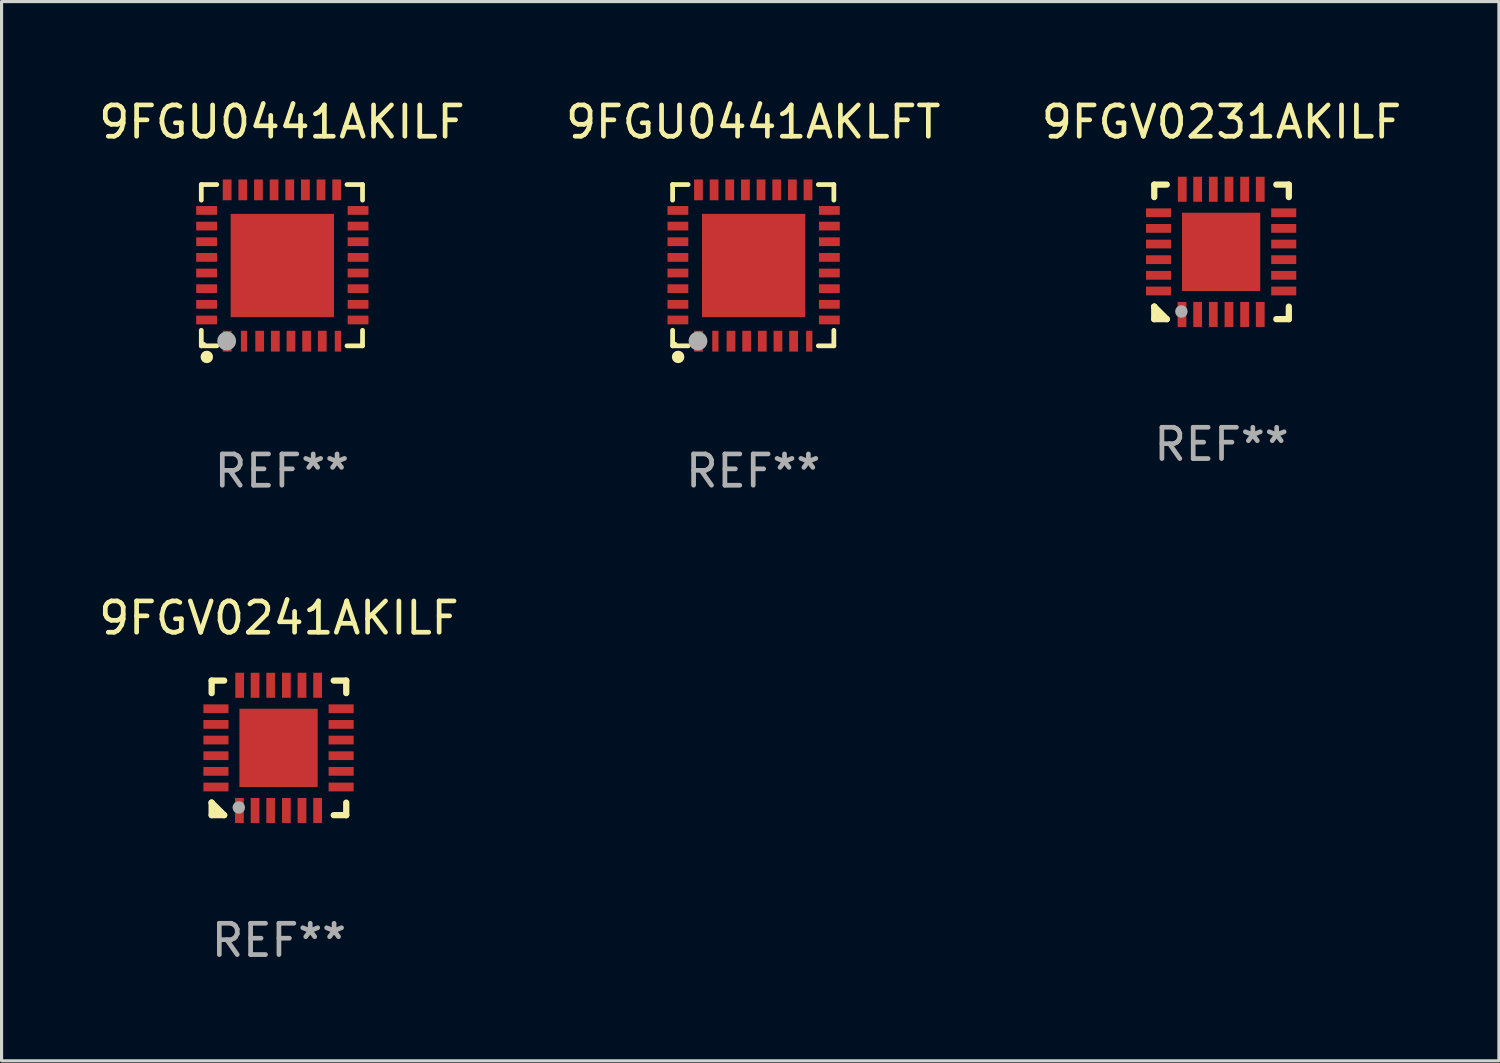
<source format=kicad_pcb>
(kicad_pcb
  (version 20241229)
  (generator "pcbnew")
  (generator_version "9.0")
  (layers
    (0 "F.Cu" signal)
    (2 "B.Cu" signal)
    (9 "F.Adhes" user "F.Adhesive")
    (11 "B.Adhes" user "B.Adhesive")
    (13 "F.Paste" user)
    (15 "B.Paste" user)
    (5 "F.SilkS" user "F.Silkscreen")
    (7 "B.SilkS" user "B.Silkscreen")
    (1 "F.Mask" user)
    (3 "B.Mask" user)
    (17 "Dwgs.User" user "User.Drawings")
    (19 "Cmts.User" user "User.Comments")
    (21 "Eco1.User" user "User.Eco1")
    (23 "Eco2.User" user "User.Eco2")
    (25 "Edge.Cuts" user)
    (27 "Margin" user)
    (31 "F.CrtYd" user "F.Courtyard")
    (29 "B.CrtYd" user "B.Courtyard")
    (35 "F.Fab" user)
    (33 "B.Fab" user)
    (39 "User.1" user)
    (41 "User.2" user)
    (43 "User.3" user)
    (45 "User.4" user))
  (footprint "9FGV0241AKILF"
    (layer "F.Cu")
    (at 5.863 20.847)
    (property "Reference" "9FGV0241AKILF" (at 0 -4.15 0) (layer "F.SilkS") (effects (font (size 1 1) (thickness 0.15))))
    (attr through_hole)
    (fp_line (start -2.15 -2.15) (end -1.75 -2.15) (stroke (width 0.2) (type solid)) (layer "F.SilkS"))
    (fp_line (start -2.15 -1.75) (end -2.15 -2.15) (stroke (width 0.2) (type solid)) (layer "F.SilkS"))
    (fp_line (start -2.15 1.75) (end -2.15 1.75) (stroke (width 0.2) (type solid)) (layer "F.SilkS"))
    (fp_line (start -2.15 1.75) (end -1.75 2.15) (stroke (width 0.2) (type solid)) (layer "F.SilkS"))
    (fp_line (start -2.15 2.15) (end -2.15 1.75) (stroke (width 0.2) (type solid)) (layer "F.SilkS"))
    (fp_line (start -1.75 2.15) (end -2.15 2.15) (stroke (width 0.2) (type solid)) (layer "F.SilkS"))
    (fp_line (start 2.15 -2.15) (end 1.75 -2.15) (stroke (width 0.2) (type solid)) (layer "F.SilkS"))
    (fp_line (start 2.15 -1.75) (end 2.15 -2.15) (stroke (width 0.2) (type solid)) (layer "F.SilkS"))
    (fp_line (start 2.15 1.75) (end 2.15 2.15) (stroke (width 0.2) (type solid)) (layer "F.SilkS"))
    (fp_line (start 2.15 2.15) (end 1.75 2.15) (stroke (width 0.2) (type solid)) (layer "F.SilkS"))
    (fp_circle (center -2.013 2) (end -1.983 2) (stroke (width 0.06) (type solid)) (fill no) (layer "F.SilkS"))
    (fp_circle (center -1.283 1.905) (end -1.183 1.905) (stroke (width 0.2) (type solid)) (fill no) (layer "F.Fab"))
    (fp_text user "REF**" (at 0 6.15 0) (layer "F.Fab") (effects (font (size 1 1) (thickness 0.15))))
    (pad "1" smd rect (at -1.263 2 180) (size 0.28 0.8) (layers "F.Cu" "F.Mask" "F.Paste"))
    (pad "2" smd rect (at -0.763 2 180) (size 0.28 0.8) (layers "F.Cu" "F.Mask" "F.Paste"))
    (pad "3" smd rect (at -0.263 2 180) (size 0.28 0.8) (layers "F.Cu" "F.Mask" "F.Paste"))
    (pad "4" smd rect (at 0.237 2 180) (size 0.28 0.8) (layers "F.Cu" "F.Mask" "F.Paste"))
    (pad "5" smd rect (at 0.737 2 180) (size 0.28 0.8) (layers "F.Cu" "F.Mask" "F.Paste"))
    (pad "6" smd rect (at 1.237 2 180) (size 0.28 0.8) (layers "F.Cu" "F.Mask" "F.Paste"))
    (pad "7" smd rect (at 1.987 1.25 90) (size 0.28 0.8) (layers "F.Cu" "F.Mask" "F.Paste"))
    (pad "8" smd rect (at 1.987 0.75 90) (size 0.28 0.8) (layers "F.Cu" "F.Mask" "F.Paste"))
    (pad "9" smd rect (at 1.987 0.25 90) (size 0.28 0.8) (layers "F.Cu" "F.Mask" "F.Paste"))
    (pad "10" smd rect (at 1.987 -0.25 90) (size 0.28 0.8) (layers "F.Cu" "F.Mask" "F.Paste"))
    (pad "11" smd rect (at 1.987 -0.75 90) (size 0.28 0.8) (layers "F.Cu" "F.Mask" "F.Paste"))
    (pad "12" smd rect (at 1.987 -1.25 90) (size 0.28 0.8) (layers "F.Cu" "F.Mask" "F.Paste"))
    (pad "13" smd rect (at 1.237 -2 180) (size 0.28 0.8) (layers "F.Cu" "F.Mask" "F.Paste"))
    (pad "14" smd rect (at 0.737 -2 180) (size 0.28 0.8) (layers "F.Cu" "F.Mask" "F.Paste"))
    (pad "15" smd rect (at 0.237 -2 180) (size 0.28 0.8) (layers "F.Cu" "F.Mask" "F.Paste"))
    (pad "16" smd rect (at -0.263 -2 180) (size 0.28 0.8) (layers "F.Cu" "F.Mask" "F.Paste"))
    (pad "17" smd rect (at -0.763 -2 180) (size 0.28 0.8) (layers "F.Cu" "F.Mask" "F.Paste"))
    (pad "18" smd rect (at -1.255 -2 180) (size 0.28 0.8) (layers "F.Cu" "F.Mask" "F.Paste"))
    (pad "19" smd rect (at -2.013 -1.25 90) (size 0.28 0.8) (layers "F.Cu" "F.Mask" "F.Paste"))
    (pad "20" smd rect (at -2.013 -0.75 90) (size 0.28 0.8) (layers "F.Cu" "F.Mask" "F.Paste"))
    (pad "21" smd rect (at -2.013 -0.25 90) (size 0.28 0.8) (layers "F.Cu" "F.Mask" "F.Paste"))
    (pad "22" smd rect (at -2.013 0.25 90) (size 0.28 0.8) (layers "F.Cu" "F.Mask" "F.Paste"))
    (pad "23" smd rect (at -2.013 0.75 90) (size 0.28 0.8) (layers "F.Cu" "F.Mask" "F.Paste"))
    (pad "24" smd rect (at -2.013 1.25 90) (size 0.28 0.8) (layers "F.Cu" "F.Mask" "F.Paste"))
    (pad "25" smd rect (at -0.013 0 90) (size 2.5 2.5) (layers "F.Cu" "F.Mask" "F.Paste")))
  (footprint "9FGV0231AKILF"
    (layer "F.Cu")
    (at 35.982 4.998)
    (property "Reference" "9FGV0231AKILF" (at 0 -4.15 0) (layer "F.SilkS") (effects (font (size 1 1) (thickness 0.15))))
    (attr through_hole)
    (fp_line (start -2.15 -2.15) (end -1.75 -2.15) (stroke (width 0.2) (type solid)) (layer "F.SilkS"))
    (fp_line (start -2.15 -1.75) (end -2.15 -2.15) (stroke (width 0.2) (type solid)) (layer "F.SilkS"))
    (fp_line (start -2.15 1.75) (end -2.15 1.75) (stroke (width 0.2) (type solid)) (layer "F.SilkS"))
    (fp_line (start -2.15 1.75) (end -1.75 2.15) (stroke (width 0.2) (type solid)) (layer "F.SilkS"))
    (fp_line (start -2.15 2.15) (end -2.15 1.75) (stroke (width 0.2) (type solid)) (layer "F.SilkS"))
    (fp_line (start -1.75 2.15) (end -2.15 2.15) (stroke (width 0.2) (type solid)) (layer "F.SilkS"))
    (fp_line (start 2.15 -2.15) (end 1.75 -2.15) (stroke (width 0.2) (type solid)) (layer "F.SilkS"))
    (fp_line (start 2.15 -1.75) (end 2.15 -2.15) (stroke (width 0.2) (type solid)) (layer "F.SilkS"))
    (fp_line (start 2.15 1.75) (end 2.15 2.15) (stroke (width 0.2) (type solid)) (layer "F.SilkS"))
    (fp_line (start 2.15 2.15) (end 1.75 2.15) (stroke (width 0.2) (type solid)) (layer "F.SilkS"))
    (fp_circle (center -2.013 2) (end -1.983 2) (stroke (width 0.06) (type solid)) (fill no) (layer "F.SilkS"))
    (fp_circle (center -1.283 1.905) (end -1.183 1.905) (stroke (width 0.2) (type solid)) (fill no) (layer "F.Fab"))
    (fp_text user "REF**" (at 0 6.15 0) (layer "F.Fab") (effects (font (size 1 1) (thickness 0.15))))
    (pad "1" smd rect (at -1.263 2 180) (size 0.28 0.8) (layers "F.Cu" "F.Mask" "F.Paste"))
    (pad "2" smd rect (at -0.763 2 180) (size 0.28 0.8) (layers "F.Cu" "F.Mask" "F.Paste"))
    (pad "3" smd rect (at -0.263 2 180) (size 0.28 0.8) (layers "F.Cu" "F.Mask" "F.Paste"))
    (pad "4" smd rect (at 0.237 2 180) (size 0.28 0.8) (layers "F.Cu" "F.Mask" "F.Paste"))
    (pad "5" smd rect (at 0.737 2 180) (size 0.28 0.8) (layers "F.Cu" "F.Mask" "F.Paste"))
    (pad "6" smd rect (at 1.237 2 180) (size 0.28 0.8) (layers "F.Cu" "F.Mask" "F.Paste"))
    (pad "7" smd rect (at 1.987 1.25 90) (size 0.28 0.8) (layers "F.Cu" "F.Mask" "F.Paste"))
    (pad "8" smd rect (at 1.987 0.75 90) (size 0.28 0.8) (layers "F.Cu" "F.Mask" "F.Paste"))
    (pad "9" smd rect (at 1.987 0.25 90) (size 0.28 0.8) (layers "F.Cu" "F.Mask" "F.Paste"))
    (pad "10" smd rect (at 1.987 -0.25 90) (size 0.28 0.8) (layers "F.Cu" "F.Mask" "F.Paste"))
    (pad "11" smd rect (at 1.987 -0.75 90) (size 0.28 0.8) (layers "F.Cu" "F.Mask" "F.Paste"))
    (pad "12" smd rect (at 1.987 -1.25 90) (size 0.28 0.8) (layers "F.Cu" "F.Mask" "F.Paste"))
    (pad "13" smd rect (at 1.237 -2 180) (size 0.28 0.8) (layers "F.Cu" "F.Mask" "F.Paste"))
    (pad "14" smd rect (at 0.737 -2 180) (size 0.28 0.8) (layers "F.Cu" "F.Mask" "F.Paste"))
    (pad "15" smd rect (at 0.237 -2 180) (size 0.28 0.8) (layers "F.Cu" "F.Mask" "F.Paste"))
    (pad "16" smd rect (at -0.263 -2 180) (size 0.28 0.8) (layers "F.Cu" "F.Mask" "F.Paste"))
    (pad "17" smd rect (at -0.763 -2 180) (size 0.28 0.8) (layers "F.Cu" "F.Mask" "F.Paste"))
    (pad "18" smd rect (at -1.255 -2 180) (size 0.28 0.8) (layers "F.Cu" "F.Mask" "F.Paste"))
    (pad "19" smd rect (at -2.013 -1.25 90) (size 0.28 0.8) (layers "F.Cu" "F.Mask" "F.Paste"))
    (pad "20" smd rect (at -2.013 -0.75 90) (size 0.28 0.8) (layers "F.Cu" "F.Mask" "F.Paste"))
    (pad "21" smd rect (at -2.013 -0.25 90) (size 0.28 0.8) (layers "F.Cu" "F.Mask" "F.Paste"))
    (pad "22" smd rect (at -2.013 0.25 90) (size 0.28 0.8) (layers "F.Cu" "F.Mask" "F.Paste"))
    (pad "23" smd rect (at -2.013 0.75 90) (size 0.28 0.8) (layers "F.Cu" "F.Mask" "F.Paste"))
    (pad "24" smd rect (at -2.013 1.25 90) (size 0.28 0.8) (layers "F.Cu" "F.Mask" "F.Paste"))
    (pad "25" smd rect (at -0.013 0 90) (size 2.5 2.5) (layers "F.Cu" "F.Mask" "F.Paste")))
  (footprint "9FGU0441AKLFT"
    (layer "F.Cu")
    (at 21.018 5.424)
    (property "Reference" "9FGU0441AKLFT" (at 0 -4.576 0) (layer "F.SilkS") (effects (font (size 1 1) (thickness 0.15))))
    (attr through_hole)
    (fp_line (start -2.576 -2.576) (end -2.576 -2.08) (stroke (width 0.152) (type solid)) (layer "F.SilkS"))
    (fp_line (start -2.576 2.576) (end -2.576 2.08) (stroke (width 0.152) (type solid)) (layer "F.SilkS"))
    (fp_line (start -2.08 -2.576) (end -2.576 -2.576) (stroke (width 0.152) (type solid)) (layer "F.SilkS"))
    (fp_line (start -2.08 2.576) (end -2.576 2.576) (stroke (width 0.152) (type solid)) (layer "F.SilkS"))
    (fp_line (start 2.08 -2.576) (end 2.576 -2.576) (stroke (width 0.152) (type solid)) (layer "F.SilkS"))
    (fp_line (start 2.08 2.576) (end 2.576 2.576) (stroke (width 0.152) (type solid)) (layer "F.SilkS"))
    (fp_line (start 2.576 -2.576) (end 2.576 -2.08) (stroke (width 0.152) (type solid)) (layer "F.SilkS"))
    (fp_line (start 2.576 2.576) (end 2.576 2.08) (stroke (width 0.152) (type solid)) (layer "F.SilkS"))
    (fp_circle (center -2.487 2.51) (end -2.457 2.51) (stroke (width 0.06) (type solid)) (fill no) (layer "F.SilkS"))
    (fp_circle (center -2.4 2.931) (end -2.3 2.931) (stroke (width 0.2) (type solid)) (fill no) (layer "F.SilkS"))
    (fp_circle (center -1.765 2.423) (end -1.615 2.423) (stroke (width 0.3) (type solid)) (fill no) (layer "F.Fab"))
    (fp_text user "REF**" (at 0 6.576 0) (layer "F.Fab") (effects (font (size 1 1) (thickness 0.15))))
    (pad "1" smd rect (at -1.75 2.428) (size 0.28 0.665) (layers "F.Cu" "F.Mask" "F.Paste"))
    (pad "2" smd rect (at -1.21 2.428) (size 0.2 0.665) (layers "F.Cu" "F.Mask" "F.Paste"))
    (pad "3" smd rect (at -0.71 2.428) (size 0.28 0.665) (layers "F.Cu" "F.Mask" "F.Paste"))
    (pad "4" smd rect (at -0.21 2.428) (size 0.28 0.665) (layers "F.Cu" "F.Mask" "F.Paste"))
    (pad "5" smd rect (at 0.29 2.428) (size 0.28 0.665) (layers "F.Cu" "F.Mask" "F.Paste"))
    (pad "6" smd rect (at 0.79 2.428) (size 0.28 0.665) (layers "F.Cu" "F.Mask" "F.Paste"))
    (pad "7" smd rect (at 1.29 2.428) (size 0.28 0.665) (layers "F.Cu" "F.Mask" "F.Paste"))
    (pad "8" smd rect (at 1.79 2.428) (size 0.2 0.665) (layers "F.Cu" "F.Mask" "F.Paste"))
    (pad "9" smd rect (at 2.433 1.75) (size 0.665 0.28) (layers "F.Cu" "F.Mask" "F.Paste"))
    (pad "10" smd rect (at 2.433 1.25) (size 0.665 0.28) (layers "F.Cu" "F.Mask" "F.Paste"))
    (pad "11" smd rect (at 2.433 0.75) (size 0.665 0.28) (layers "F.Cu" "F.Mask" "F.Paste"))
    (pad "12" smd rect (at 2.433 0.25) (size 0.665 0.28) (layers "F.Cu" "F.Mask" "F.Paste"))
    (pad "13" smd rect (at 2.433 -0.25) (size 0.665 0.28) (layers "F.Cu" "F.Mask" "F.Paste"))
    (pad "14" smd rect (at 2.433 -0.75) (size 0.665 0.28) (layers "F.Cu" "F.Mask" "F.Paste"))
    (pad "15" smd rect (at 2.433 -1.25) (size 0.665 0.28) (layers "F.Cu" "F.Mask" "F.Paste"))
    (pad "16" smd rect (at 2.433 -1.75) (size 0.665 0.28) (layers "F.Cu" "F.Mask" "F.Paste"))
    (pad "17" smd rect (at 1.75 -2.407) (size 0.28 0.665) (layers "F.Cu" "F.Mask" "F.Paste"))
    (pad "18" smd rect (at 1.25 -2.407) (size 0.28 0.665) (layers "F.Cu" "F.Mask" "F.Paste"))
    (pad "19" smd rect (at 0.75 -2.407) (size 0.28 0.665) (layers "F.Cu" "F.Mask" "F.Paste"))
    (pad "20" smd rect (at 0.25 -2.407) (size 0.28 0.665) (layers "F.Cu" "F.Mask" "F.Paste"))
    (pad "21" smd rect (at -0.25 -2.407) (size 0.28 0.665) (layers "F.Cu" "F.Mask" "F.Paste"))
    (pad "22" smd rect (at -0.75 -2.407) (size 0.28 0.665) (layers "F.Cu" "F.Mask" "F.Paste"))
    (pad "23" smd rect (at -1.25 -2.407) (size 0.28 0.665) (layers "F.Cu" "F.Mask" "F.Paste"))
    (pad "24" smd rect (at -1.75 -2.407) (size 0.28 0.665) (layers "F.Cu" "F.Mask" "F.Paste"))
    (pad "25" smd rect (at -2.407 -1.75) (size 0.665 0.28) (layers "F.Cu" "F.Mask" "F.Paste"))
    (pad "26" smd rect (at -2.407 -1.25) (size 0.665 0.28) (layers "F.Cu" "F.Mask" "F.Paste"))
    (pad "27" smd rect (at -2.407 -0.75) (size 0.665 0.28) (layers "F.Cu" "F.Mask" "F.Paste"))
    (pad "28" smd rect (at -2.407 -0.25) (size 0.665 0.28) (layers "F.Cu" "F.Mask" "F.Paste"))
    (pad "29" smd rect (at -2.407 0.25) (size 0.665 0.28) (layers "F.Cu" "F.Mask" "F.Paste"))
    (pad "30" smd rect (at -2.407 0.75) (size 0.665 0.28) (layers "F.Cu" "F.Mask" "F.Paste"))
    (pad "31" smd rect (at -2.407 1.25) (size 0.665 0.28) (layers "F.Cu" "F.Mask" "F.Paste"))
    (pad "32" smd rect (at -2.407 1.75) (size 0.665 0.28) (layers "F.Cu" "F.Mask" "F.Paste"))
    (pad "33" smd rect (at 0.013 0.01) (size 3.3 3.3) (layers "F.Cu" "F.Mask" "F.Paste")))
  (footprint "9FGU0441AKILF"
    (layer "F.Cu")
    (at 5.958 5.424)
    (property "Reference" "9FGU0441AKILF" (at 0 -4.576 0) (layer "F.SilkS") (effects (font (size 1 1) (thickness 0.15))))
    (attr through_hole)
    (fp_line (start -2.576 -2.576) (end -2.576 -2.08) (stroke (width 0.152) (type solid)) (layer "F.SilkS"))
    (fp_line (start -2.576 2.576) (end -2.576 2.08) (stroke (width 0.152) (type solid)) (layer "F.SilkS"))
    (fp_line (start -2.08 -2.576) (end -2.576 -2.576) (stroke (width 0.152) (type solid)) (layer "F.SilkS"))
    (fp_line (start -2.08 2.576) (end -2.576 2.576) (stroke (width 0.152) (type solid)) (layer "F.SilkS"))
    (fp_line (start 2.08 -2.576) (end 2.576 -2.576) (stroke (width 0.152) (type solid)) (layer "F.SilkS"))
    (fp_line (start 2.08 2.576) (end 2.576 2.576) (stroke (width 0.152) (type solid)) (layer "F.SilkS"))
    (fp_line (start 2.576 -2.576) (end 2.576 -2.08) (stroke (width 0.152) (type solid)) (layer "F.SilkS"))
    (fp_line (start 2.576 2.576) (end 2.576 2.08) (stroke (width 0.152) (type solid)) (layer "F.SilkS"))
    (fp_circle (center -2.487 2.51) (end -2.457 2.51) (stroke (width 0.06) (type solid)) (fill no) (layer "F.SilkS"))
    (fp_circle (center -2.4 2.931) (end -2.3 2.931) (stroke (width 0.2) (type solid)) (fill no) (layer "F.SilkS"))
    (fp_circle (center -1.765 2.423) (end -1.615 2.423) (stroke (width 0.3) (type solid)) (fill no) (layer "F.Fab"))
    (fp_text user "REF**" (at 0 6.576 0) (layer "F.Fab") (effects (font (size 1 1) (thickness 0.15))))
    (pad "1" smd rect (at -1.75 2.428) (size 0.28 0.665) (layers "F.Cu" "F.Mask" "F.Paste"))
    (pad "2" smd rect (at -1.21 2.428) (size 0.2 0.665) (layers "F.Cu" "F.Mask" "F.Paste"))
    (pad "3" smd rect (at -0.71 2.428) (size 0.28 0.665) (layers "F.Cu" "F.Mask" "F.Paste"))
    (pad "4" smd rect (at -0.21 2.428) (size 0.28 0.665) (layers "F.Cu" "F.Mask" "F.Paste"))
    (pad "5" smd rect (at 0.29 2.428) (size 0.28 0.665) (layers "F.Cu" "F.Mask" "F.Paste"))
    (pad "6" smd rect (at 0.79 2.428) (size 0.28 0.665) (layers "F.Cu" "F.Mask" "F.Paste"))
    (pad "7" smd rect (at 1.29 2.428) (size 0.28 0.665) (layers "F.Cu" "F.Mask" "F.Paste"))
    (pad "8" smd rect (at 1.79 2.428) (size 0.2 0.665) (layers "F.Cu" "F.Mask" "F.Paste"))
    (pad "9" smd rect (at 2.433 1.75) (size 0.665 0.28) (layers "F.Cu" "F.Mask" "F.Paste"))
    (pad "10" smd rect (at 2.433 1.25) (size 0.665 0.28) (layers "F.Cu" "F.Mask" "F.Paste"))
    (pad "11" smd rect (at 2.433 0.75) (size 0.665 0.28) (layers "F.Cu" "F.Mask" "F.Paste"))
    (pad "12" smd rect (at 2.433 0.25) (size 0.665 0.28) (layers "F.Cu" "F.Mask" "F.Paste"))
    (pad "13" smd rect (at 2.433 -0.25) (size 0.665 0.28) (layers "F.Cu" "F.Mask" "F.Paste"))
    (pad "14" smd rect (at 2.433 -0.75) (size 0.665 0.28) (layers "F.Cu" "F.Mask" "F.Paste"))
    (pad "15" smd rect (at 2.433 -1.25) (size 0.665 0.28) (layers "F.Cu" "F.Mask" "F.Paste"))
    (pad "16" smd rect (at 2.433 -1.75) (size 0.665 0.28) (layers "F.Cu" "F.Mask" "F.Paste"))
    (pad "17" smd rect (at 1.75 -2.407) (size 0.28 0.665) (layers "F.Cu" "F.Mask" "F.Paste"))
    (pad "18" smd rect (at 1.25 -2.407) (size 0.28 0.665) (layers "F.Cu" "F.Mask" "F.Paste"))
    (pad "19" smd rect (at 0.75 -2.407) (size 0.28 0.665) (layers "F.Cu" "F.Mask" "F.Paste"))
    (pad "20" smd rect (at 0.25 -2.407) (size 0.28 0.665) (layers "F.Cu" "F.Mask" "F.Paste"))
    (pad "21" smd rect (at -0.25 -2.407) (size 0.28 0.665) (layers "F.Cu" "F.Mask" "F.Paste"))
    (pad "22" smd rect (at -0.75 -2.407) (size 0.28 0.665) (layers "F.Cu" "F.Mask" "F.Paste"))
    (pad "23" smd rect (at -1.25 -2.407) (size 0.28 0.665) (layers "F.Cu" "F.Mask" "F.Paste"))
    (pad "24" smd rect (at -1.75 -2.407) (size 0.28 0.665) (layers "F.Cu" "F.Mask" "F.Paste"))
    (pad "25" smd rect (at -2.407 -1.75) (size 0.665 0.28) (layers "F.Cu" "F.Mask" "F.Paste"))
    (pad "26" smd rect (at -2.407 -1.25) (size 0.665 0.28) (layers "F.Cu" "F.Mask" "F.Paste"))
    (pad "27" smd rect (at -2.407 -0.75) (size 0.665 0.28) (layers "F.Cu" "F.Mask" "F.Paste"))
    (pad "28" smd rect (at -2.407 -0.25) (size 0.665 0.28) (layers "F.Cu" "F.Mask" "F.Paste"))
    (pad "29" smd rect (at -2.407 0.25) (size 0.665 0.28) (layers "F.Cu" "F.Mask" "F.Paste"))
    (pad "30" smd rect (at -2.407 0.75) (size 0.665 0.28) (layers "F.Cu" "F.Mask" "F.Paste"))
    (pad "31" smd rect (at -2.407 1.25) (size 0.665 0.28) (layers "F.Cu" "F.Mask" "F.Paste"))
    (pad "32" smd rect (at -2.407 1.75) (size 0.665 0.28) (layers "F.Cu" "F.Mask" "F.Paste"))
    (pad "33" smd rect (at 0.013 0.01) (size 3.3 3.3) (layers "F.Cu" "F.Mask" "F.Paste")))
  (gr_rect
    (start -3 -3)
    (end 44.845 30.846)
    (stroke (width 0.1) (type default))
    (fill no)
    (layer "Edge.Cuts")))
</source>
